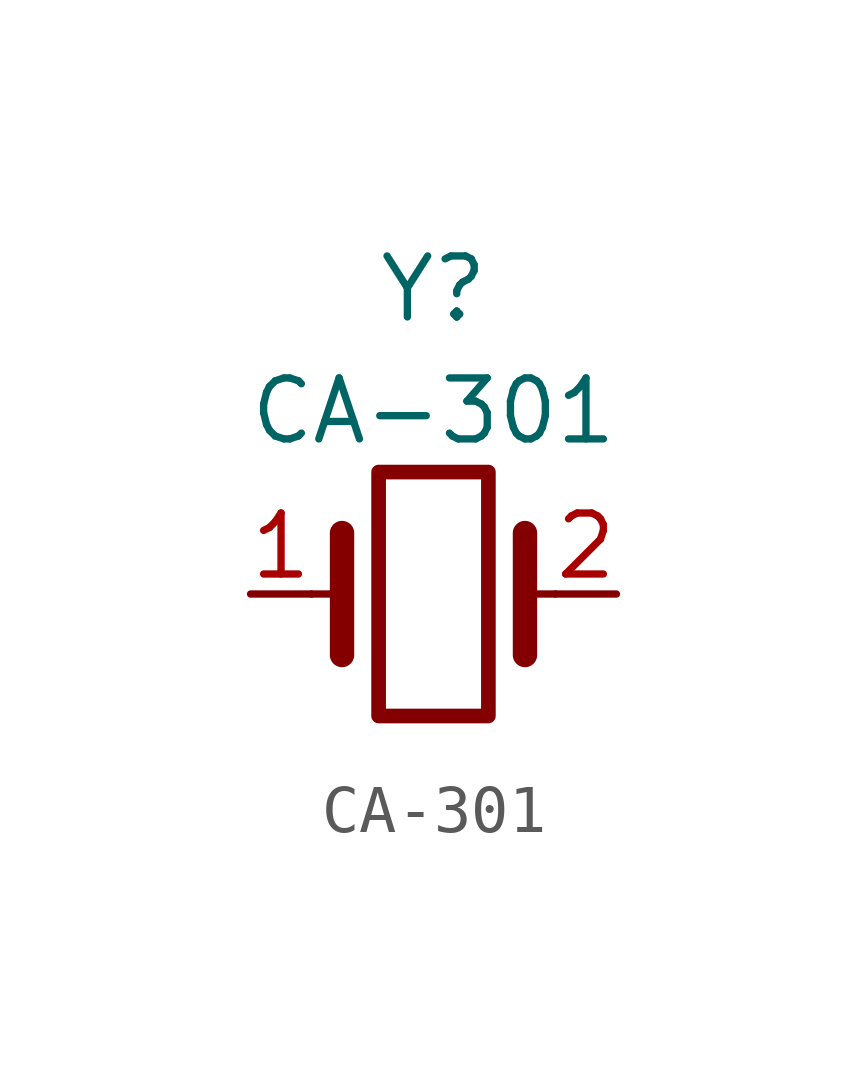
<source format=kicad_sym>
(kicad_symbol_lib
  (version 20211014)
  (generator kicad_symbol_editor)
  (symbol "CA-301"
    (pin_names
      (offset 1.016))
    (property "Reference" "Y"
      (at 0 6.35 0)
      (effects (font (size 1.27 1.27))))
    (property "Value" "CA-301"
      (at 0 3.81 0)
      (effects (font (size 1.27 1.27))))
    (symbol "CA-301_1_1"
      (rectangle (start -1.143 2.54) (end 1.143 -2.54) (stroke (width 0.305) (type default) (color 0 0 0 0)) (fill (type none)))
      (polyline (pts (xy -2.54 0) (xy -1.905 0)) (stroke (width 0) (type default) (color 0 0 0 0)) (fill (type none)))
      (polyline (pts (xy -1.905 -1.27) (xy -1.905 1.27)) (stroke (width 0.508) (type default) (color 0 0 0 0)) (fill (type none)))
      (polyline (pts (xy 1.905 -1.27) (xy 1.905 1.27)) (stroke (width 0.508) (type default) (color 0 0 0 0)) (fill (type none)))
      (polyline (pts (xy 2.54 0) (xy 1.905 0)) (stroke (width 0) (type default) (color 0 0 0 0)) (fill (type none)))
      (pin passive line (at -3.81 0 0) (length 1.27) (name "~" (effects (font (size 1.27 1.27)))) (number "1" (effects (font (size 1.27 1.27)))))
      (pin passive line (at 3.81 0 180) (length 1.27) (name "~" (effects (font (size 1.27 1.27)))) (number "2" (effects (font (size 1.27 1.27))))))))
</source>
